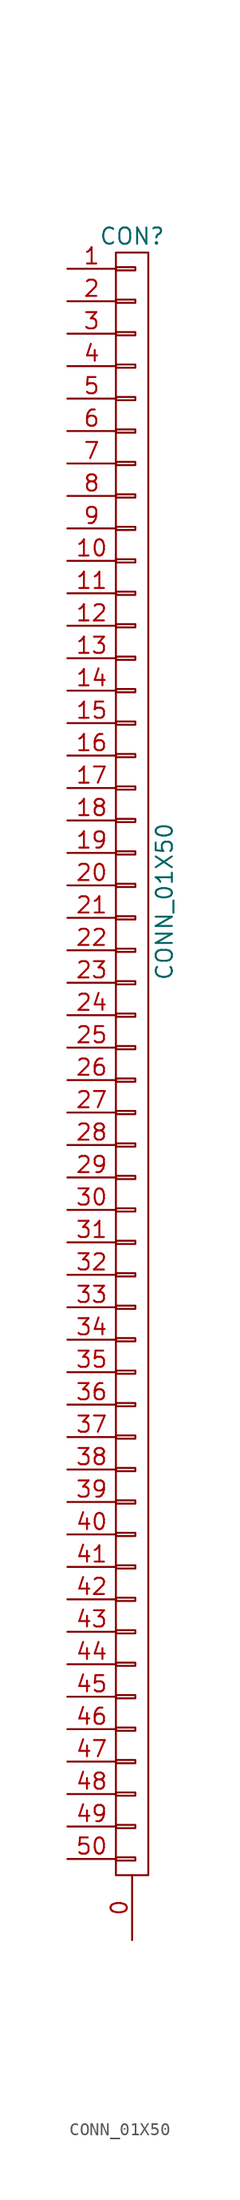
<source format=kicad_sym>
(kicad_symbol_lib
  (version 20211014)
  (generator kicad_symbol_editor)
  (symbol "CONN_01X50"
    (pin_names
      (offset 1.016) hide)
    (property "Reference" "CON"
      (at 0 64.77 0)
      (effects (font (size 1.27 1.27))))
    (property "Value" "CONN_01X50"
      (at 2.54 12.7 90)
      (effects (font (size 1.27 1.27))))
    (property "Footprint" ""
      (at 0 12.7 0)
      (effects (font (size 1.27 1.27))))
    (property "Datasheet" ""
      (at 0 12.7 0)
      (effects (font (size 1.27 1.27))))
    (symbol "CONN_01X50_0_1"
      (rectangle (start -1.27 -63.5) (end 1.27 63.5) (stroke (width 0) (type default) (color 0 0 0 0)) (fill (type none)))
      (rectangle (start -1.27 -62.103) (end 0.254 -62.357) (stroke (width 0) (type default) (color 0 0 0 0)) (fill (type none)))
      (rectangle (start -1.27 -59.563) (end 0.254 -59.817) (stroke (width 0) (type default) (color 0 0 0 0)) (fill (type none)))
      (rectangle (start -1.27 -57.023) (end 0.254 -57.277) (stroke (width 0) (type default) (color 0 0 0 0)) (fill (type none)))
      (rectangle (start -1.27 -54.483) (end 0.254 -54.737) (stroke (width 0) (type default) (color 0 0 0 0)) (fill (type none)))
      (rectangle (start -1.27 -51.943) (end 0.254 -52.197) (stroke (width 0) (type default) (color 0 0 0 0)) (fill (type none)))
      (rectangle (start -1.27 -49.403) (end 0.254 -49.657) (stroke (width 0) (type default) (color 0 0 0 0)) (fill (type none)))
      (rectangle (start -1.27 -46.863) (end 0.254 -47.117) (stroke (width 0) (type default) (color 0 0 0 0)) (fill (type none)))
      (rectangle (start -1.27 -44.323) (end 0.254 -44.577) (stroke (width 0) (type default) (color 0 0 0 0)) (fill (type none)))
      (rectangle (start -1.27 -41.783) (end 0.254 -42.037) (stroke (width 0) (type default) (color 0 0 0 0)) (fill (type none)))
      (rectangle (start -1.27 -39.243) (end 0.254 -39.497) (stroke (width 0) (type default) (color 0 0 0 0)) (fill (type none)))
      (rectangle (start -1.27 -36.703) (end 0.254 -36.957) (stroke (width 0) (type default) (color 0 0 0 0)) (fill (type none)))
      (rectangle (start -1.27 -34.163) (end 0.254 -34.417) (stroke (width 0) (type default) (color 0 0 0 0)) (fill (type none)))
      (rectangle (start -1.27 -31.623) (end 0.254 -31.877) (stroke (width 0) (type default) (color 0 0 0 0)) (fill (type none)))
      (rectangle (start -1.27 -29.083) (end 0.254 -29.337) (stroke (width 0) (type default) (color 0 0 0 0)) (fill (type none)))
      (rectangle (start -1.27 -26.543) (end 0.254 -26.797) (stroke (width 0) (type default) (color 0 0 0 0)) (fill (type none)))
      (rectangle (start -1.27 -24.003) (end 0.254 -24.257) (stroke (width 0) (type default) (color 0 0 0 0)) (fill (type none)))
      (rectangle (start -1.27 -21.463) (end 0.254 -21.717) (stroke (width 0) (type default) (color 0 0 0 0)) (fill (type none)))
      (rectangle (start -1.27 -18.923) (end 0.254 -19.177) (stroke (width 0) (type default) (color 0 0 0 0)) (fill (type none)))
      (rectangle (start -1.27 -16.383) (end 0.254 -16.637) (stroke (width 0) (type default) (color 0 0 0 0)) (fill (type none)))
      (rectangle (start -1.27 -13.843) (end 0.254 -14.097) (stroke (width 0) (type default) (color 0 0 0 0)) (fill (type none)))
      (rectangle (start -1.27 -11.303) (end 0.254 -11.557) (stroke (width 0) (type default) (color 0 0 0 0)) (fill (type none)))
      (rectangle (start -1.27 -8.763) (end 0.254 -9.017) (stroke (width 0) (type default) (color 0 0 0 0)) (fill (type none)))
      (rectangle (start -1.27 -6.223) (end 0.254 -6.477) (stroke (width 0) (type default) (color 0 0 0 0)) (fill (type none)))
      (rectangle (start -1.27 -3.683) (end 0.254 -3.937) (stroke (width 0) (type default) (color 0 0 0 0)) (fill (type none)))
      (rectangle (start -1.27 -1.143) (end 0.254 -1.397) (stroke (width 0) (type default) (color 0 0 0 0)) (fill (type none)))
      (rectangle (start -1.27 1.397) (end 0.254 1.143) (stroke (width 0) (type default) (color 0 0 0 0)) (fill (type none)))
      (rectangle (start -1.27 3.937) (end 0.254 3.683) (stroke (width 0) (type default) (color 0 0 0 0)) (fill (type none)))
      (rectangle (start -1.27 6.477) (end 0.254 6.223) (stroke (width 0) (type default) (color 0 0 0 0)) (fill (type none)))
      (rectangle (start -1.27 9.017) (end 0.254 8.763) (stroke (width 0) (type default) (color 0 0 0 0)) (fill (type none)))
      (rectangle (start -1.27 11.557) (end 0.254 11.303) (stroke (width 0) (type default) (color 0 0 0 0)) (fill (type none)))
      (rectangle (start -1.27 14.097) (end 0.254 13.843) (stroke (width 0) (type default) (color 0 0 0 0)) (fill (type none)))
      (rectangle (start -1.27 16.637) (end 0.254 16.383) (stroke (width 0) (type default) (color 0 0 0 0)) (fill (type none)))
      (rectangle (start -1.27 19.177) (end 0.254 18.923) (stroke (width 0) (type default) (color 0 0 0 0)) (fill (type none)))
      (rectangle (start -1.27 21.717) (end 0.254 21.463) (stroke (width 0) (type default) (color 0 0 0 0)) (fill (type none)))
      (rectangle (start -1.27 24.257) (end 0.254 24.003) (stroke (width 0) (type default) (color 0 0 0 0)) (fill (type none)))
      (rectangle (start -1.27 26.797) (end 0.254 26.543) (stroke (width 0) (type default) (color 0 0 0 0)) (fill (type none)))
      (rectangle (start -1.27 29.337) (end 0.254 29.083) (stroke (width 0) (type default) (color 0 0 0 0)) (fill (type none)))
      (rectangle (start -1.27 31.877) (end 0.254 31.623) (stroke (width 0) (type default) (color 0 0 0 0)) (fill (type none)))
      (rectangle (start -1.27 34.417) (end 0.254 34.163) (stroke (width 0) (type default) (color 0 0 0 0)) (fill (type none)))
      (rectangle (start -1.27 36.957) (end 0.254 36.703) (stroke (width 0) (type default) (color 0 0 0 0)) (fill (type none)))
      (rectangle (start -1.27 39.497) (end 0.254 39.243) (stroke (width 0) (type default) (color 0 0 0 0)) (fill (type none)))
      (rectangle (start -1.27 42.037) (end 0.254 41.783) (stroke (width 0) (type default) (color 0 0 0 0)) (fill (type none)))
      (rectangle (start -1.27 44.577) (end 0.254 44.323) (stroke (width 0) (type default) (color 0 0 0 0)) (fill (type none)))
      (rectangle (start -1.27 47.117) (end 0.254 46.863) (stroke (width 0) (type default) (color 0 0 0 0)) (fill (type none)))
      (rectangle (start -1.27 49.657) (end 0.254 49.403) (stroke (width 0) (type default) (color 0 0 0 0)) (fill (type none)))
      (rectangle (start -1.27 52.197) (end 0.254 51.943) (stroke (width 0) (type default) (color 0 0 0 0)) (fill (type none)))
      (rectangle (start -1.27 54.737) (end 0.254 54.483) (stroke (width 0) (type default) (color 0 0 0 0)) (fill (type none)))
      (rectangle (start -1.27 57.277) (end 0.254 57.023) (stroke (width 0) (type default) (color 0 0 0 0)) (fill (type none)))
      (rectangle (start -1.27 59.817) (end 0.254 59.563) (stroke (width 0) (type default) (color 0 0 0 0)) (fill (type none)))
      (rectangle (start -1.27 62.357) (end 0.254 62.103) (stroke (width 0) (type default) (color 0 0 0 0)) (fill (type none))))
    (symbol "CONN_01X50_1_1"
      (pin passive line (at 0 -68.58 90) (length 5.08) (name "P0" (effects (font (size 1.27 1.27)))) (number "0" (effects (font (size 1.27 1.27)))))
      (pin passive line (at -5.08 62.23 0) (length 3.81) (name "P1" (effects (font (size 1.27 1.27)))) (number "1" (effects (font (size 1.27 1.27)))))
      (pin passive line (at -5.08 39.37 0) (length 3.81) (name "P10" (effects (font (size 1.27 1.27)))) (number "10" (effects (font (size 1.27 1.27)))))
      (pin passive line (at -5.08 36.83 0) (length 3.81) (name "P11" (effects (font (size 1.27 1.27)))) (number "11" (effects (font (size 1.27 1.27)))))
      (pin passive line (at -5.08 34.29 0) (length 3.81) (name "P12" (effects (font (size 1.27 1.27)))) (number "12" (effects (font (size 1.27 1.27)))))
      (pin passive line (at -5.08 31.75 0) (length 3.81) (name "P13" (effects (font (size 1.27 1.27)))) (number "13" (effects (font (size 1.27 1.27)))))
      (pin passive line (at -5.08 29.21 0) (length 3.81) (name "P14" (effects (font (size 1.27 1.27)))) (number "14" (effects (font (size 1.27 1.27)))))
      (pin passive line (at -5.08 26.67 0) (length 3.81) (name "P15" (effects (font (size 1.27 1.27)))) (number "15" (effects (font (size 1.27 1.27)))))
      (pin passive line (at -5.08 24.13 0) (length 3.81) (name "P16" (effects (font (size 1.27 1.27)))) (number "16" (effects (font (size 1.27 1.27)))))
      (pin passive line (at -5.08 21.59 0) (length 3.81) (name "P17" (effects (font (size 1.27 1.27)))) (number "17" (effects (font (size 1.27 1.27)))))
      (pin passive line (at -5.08 19.05 0) (length 3.81) (name "P18" (effects (font (size 1.27 1.27)))) (number "18" (effects (font (size 1.27 1.27)))))
      (pin passive line (at -5.08 16.51 0) (length 3.81) (name "P19" (effects (font (size 1.27 1.27)))) (number "19" (effects (font (size 1.27 1.27)))))
      (pin passive line (at -5.08 59.69 0) (length 3.81) (name "P2" (effects (font (size 1.27 1.27)))) (number "2" (effects (font (size 1.27 1.27)))))
      (pin passive line (at -5.08 13.97 0) (length 3.81) (name "P20" (effects (font (size 1.27 1.27)))) (number "20" (effects (font (size 1.27 1.27)))))
      (pin passive line (at -5.08 11.43 0) (length 3.81) (name "P21" (effects (font (size 1.27 1.27)))) (number "21" (effects (font (size 1.27 1.27)))))
      (pin passive line (at -5.08 8.89 0) (length 3.81) (name "P22" (effects (font (size 1.27 1.27)))) (number "22" (effects (font (size 1.27 1.27)))))
      (pin passive line (at -5.08 6.35 0) (length 3.81) (name "P23" (effects (font (size 1.27 1.27)))) (number "23" (effects (font (size 1.27 1.27)))))
      (pin passive line (at -5.08 3.81 0) (length 3.81) (name "P24" (effects (font (size 1.27 1.27)))) (number "24" (effects (font (size 1.27 1.27)))))
      (pin passive line (at -5.08 1.27 0) (length 3.81) (name "P25" (effects (font (size 1.27 1.27)))) (number "25" (effects (font (size 1.27 1.27)))))
      (pin passive line (at -5.08 -1.27 0) (length 3.81) (name "P26" (effects (font (size 1.27 1.27)))) (number "26" (effects (font (size 1.27 1.27)))))
      (pin passive line (at -5.08 -3.81 0) (length 3.81) (name "P27" (effects (font (size 1.27 1.27)))) (number "27" (effects (font (size 1.27 1.27)))))
      (pin passive line (at -5.08 -6.35 0) (length 3.81) (name "P28" (effects (font (size 1.27 1.27)))) (number "28" (effects (font (size 1.27 1.27)))))
      (pin passive line (at -5.08 -8.89 0) (length 3.81) (name "P29" (effects (font (size 1.27 1.27)))) (number "29" (effects (font (size 1.27 1.27)))))
      (pin passive line (at -5.08 57.15 0) (length 3.81) (name "P3" (effects (font (size 1.27 1.27)))) (number "3" (effects (font (size 1.27 1.27)))))
      (pin passive line (at -5.08 -11.43 0) (length 3.81) (name "P30" (effects (font (size 1.27 1.27)))) (number "30" (effects (font (size 1.27 1.27)))))
      (pin passive line (at -5.08 -13.97 0) (length 3.81) (name "P31" (effects (font (size 1.27 1.27)))) (number "31" (effects (font (size 1.27 1.27)))))
      (pin passive line (at -5.08 -16.51 0) (length 3.81) (name "P32" (effects (font (size 1.27 1.27)))) (number "32" (effects (font (size 1.27 1.27)))))
      (pin passive line (at -5.08 -19.05 0) (length 3.81) (name "P33" (effects (font (size 1.27 1.27)))) (number "33" (effects (font (size 1.27 1.27)))))
      (pin passive line (at -5.08 -21.59 0) (length 3.81) (name "P34" (effects (font (size 1.27 1.27)))) (number "34" (effects (font (size 1.27 1.27)))))
      (pin passive line (at -5.08 -24.13 0) (length 3.81) (name "P35" (effects (font (size 1.27 1.27)))) (number "35" (effects (font (size 1.27 1.27)))))
      (pin passive line (at -5.08 -26.67 0) (length 3.81) (name "P36" (effects (font (size 1.27 1.27)))) (number "36" (effects (font (size 1.27 1.27)))))
      (pin passive line (at -5.08 -29.21 0) (length 3.81) (name "P37" (effects (font (size 1.27 1.27)))) (number "37" (effects (font (size 1.27 1.27)))))
      (pin passive line (at -5.08 -31.75 0) (length 3.81) (name "P38" (effects (font (size 1.27 1.27)))) (number "38" (effects (font (size 1.27 1.27)))))
      (pin passive line (at -5.08 -34.29 0) (length 3.81) (name "P39" (effects (font (size 1.27 1.27)))) (number "39" (effects (font (size 1.27 1.27)))))
      (pin passive line (at -5.08 54.61 0) (length 3.81) (name "P4" (effects (font (size 1.27 1.27)))) (number "4" (effects (font (size 1.27 1.27)))))
      (pin passive line (at -5.08 -36.83 0) (length 3.81) (name "P40" (effects (font (size 1.27 1.27)))) (number "40" (effects (font (size 1.27 1.27)))))
      (pin passive line (at -5.08 -39.37 0) (length 3.81) (name "P4" (effects (font (size 1.27 1.27)))) (number "41" (effects (font (size 1.27 1.27)))))
      (pin passive line (at -5.08 -41.91 0) (length 3.81) (name "P42" (effects (font (size 1.27 1.27)))) (number "42" (effects (font (size 1.27 1.27)))))
      (pin passive line (at -5.08 -44.45 0) (length 3.81) (name "P43" (effects (font (size 1.27 1.27)))) (number "43" (effects (font (size 1.27 1.27)))))
      (pin passive line (at -5.08 -46.99 0) (length 3.81) (name "P44" (effects (font (size 1.27 1.27)))) (number "44" (effects (font (size 1.27 1.27)))))
      (pin passive line (at -5.08 -49.53 0) (length 3.81) (name "P45" (effects (font (size 1.27 1.27)))) (number "45" (effects (font (size 1.27 1.27)))))
      (pin passive line (at -5.08 -52.07 0) (length 3.81) (name "P46" (effects (font (size 1.27 1.27)))) (number "46" (effects (font (size 1.27 1.27)))))
      (pin passive line (at -5.08 -54.61 0) (length 3.81) (name "P47" (effects (font (size 1.27 1.27)))) (number "47" (effects (font (size 1.27 1.27)))))
      (pin passive line (at -5.08 -57.15 0) (length 3.81) (name "P48" (effects (font (size 1.27 1.27)))) (number "48" (effects (font (size 1.27 1.27)))))
      (pin passive line (at -5.08 -59.69 0) (length 3.81) (name "P49" (effects (font (size 1.27 1.27)))) (number "49" (effects (font (size 1.27 1.27)))))
      (pin passive line (at -5.08 52.07 0) (length 3.81) (name "P5" (effects (font (size 1.27 1.27)))) (number "5" (effects (font (size 1.27 1.27)))))
      (pin passive line (at -5.08 -62.23 0) (length 3.81) (name "P50" (effects (font (size 1.27 1.27)))) (number "50" (effects (font (size 1.27 1.27)))))
      (pin passive line (at -5.08 49.53 0) (length 3.81) (name "P6" (effects (font (size 1.27 1.27)))) (number "6" (effects (font (size 1.27 1.27)))))
      (pin passive line (at -5.08 46.99 0) (length 3.81) (name "P7" (effects (font (size 1.27 1.27)))) (number "7" (effects (font (size 1.27 1.27)))))
      (pin passive line (at -5.08 44.45 0) (length 3.81) (name "P8" (effects (font (size 1.27 1.27)))) (number "8" (effects (font (size 1.27 1.27)))))
      (pin passive line (at -5.08 41.91 0) (length 3.81) (name "P9" (effects (font (size 1.27 1.27)))) (number "9" (effects (font (size 1.27 1.27))))))))
</source>
